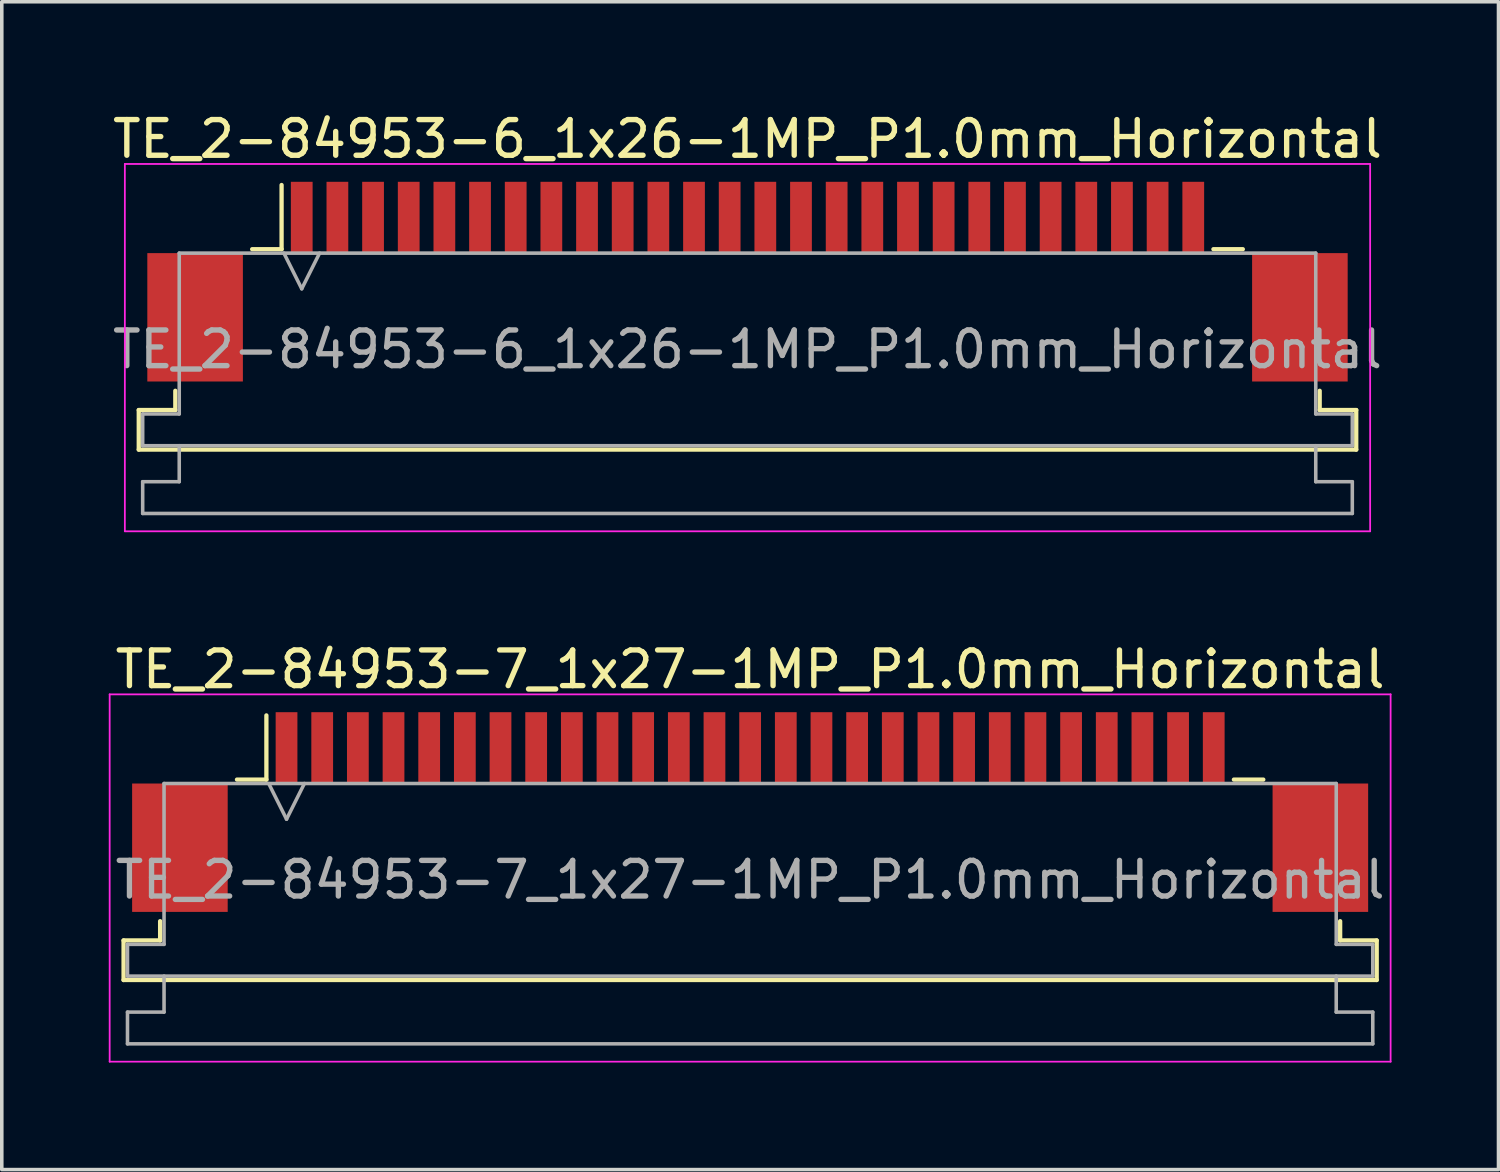
<source format=kicad_pcb>
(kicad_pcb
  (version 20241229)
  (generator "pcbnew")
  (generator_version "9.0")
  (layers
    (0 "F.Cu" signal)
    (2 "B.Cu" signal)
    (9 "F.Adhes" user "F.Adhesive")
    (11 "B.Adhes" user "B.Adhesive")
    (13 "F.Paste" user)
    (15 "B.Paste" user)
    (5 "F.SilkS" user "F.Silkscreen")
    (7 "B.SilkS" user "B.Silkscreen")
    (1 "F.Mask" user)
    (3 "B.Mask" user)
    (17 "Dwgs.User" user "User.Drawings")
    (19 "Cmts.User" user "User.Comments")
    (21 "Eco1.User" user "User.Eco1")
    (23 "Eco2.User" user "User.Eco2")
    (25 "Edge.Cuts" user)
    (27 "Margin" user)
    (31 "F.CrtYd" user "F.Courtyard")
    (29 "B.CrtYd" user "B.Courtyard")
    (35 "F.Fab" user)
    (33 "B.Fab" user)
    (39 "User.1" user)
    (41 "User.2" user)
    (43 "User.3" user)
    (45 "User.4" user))
  (footprint "TE_2-84953-7_1x27-1MP_P1.0mm_Horizontal"
    (layer "F.Cu")
    (at 17.985 19.721)
    (property "Reference" "TE_2-84953-7_1x27-1MP_P1.0mm_Horizontal" (at 0 -4 0) (layer "F.SilkS") (effects (font (size 1 1) (thickness 0.15))))
    (attr smd)
    (fp_line (start -17.57 3.6) (end -16.545 3.6) (stroke (width 0.12) (type solid)) (layer "F.SilkS"))
    (fp_line (start -17.57 4.71) (end -17.57 3.6) (stroke (width 0.12) (type solid)) (layer "F.SilkS"))
    (fp_line (start -16.545 3.6) (end -16.545 3.06) (stroke (width 0.12) (type solid)) (layer "F.SilkS"))
    (fp_line (start -14.39 -0.91) (end -13.565 -0.91) (stroke (width 0.12) (type solid)) (layer "F.SilkS"))
    (fp_line (start -13.565 -0.91) (end -13.565 -2.71) (stroke (width 0.12) (type solid)) (layer "F.SilkS"))
    (fp_line (start 13.565 -0.91) (end 14.39 -0.91) (stroke (width 0.12) (type solid)) (layer "F.SilkS"))
    (fp_line (start 16.545 3.06) (end 16.545 3.6) (stroke (width 0.12) (type solid)) (layer "F.SilkS"))
    (fp_line (start 16.545 3.6) (end 17.57 3.6) (stroke (width 0.12) (type solid)) (layer "F.SilkS"))
    (fp_line (start 17.57 3.6) (end 17.57 4.71) (stroke (width 0.12) (type solid)) (layer "F.SilkS"))
    (fp_line (start 17.57 4.71) (end -17.57 4.71) (stroke (width 0.12) (type solid)) (layer "F.SilkS"))
    (fp_line (start -17.96 -3.3) (end -17.96 7) (stroke (width 0.05) (type solid)) (layer "F.CrtYd"))
    (fp_line (start -17.96 7) (end 17.96 7) (stroke (width 0.05) (type solid)) (layer "F.CrtYd"))
    (fp_line (start 17.96 -3.3) (end -17.96 -3.3) (stroke (width 0.05) (type solid)) (layer "F.CrtYd"))
    (fp_line (start 17.96 7) (end 17.96 -3.3) (stroke (width 0.05) (type solid)) (layer "F.CrtYd"))
    (fp_line (start -17.46 3.71) (end -16.435 3.71) (stroke (width 0.1) (type solid)) (layer "F.Fab"))
    (fp_line (start -17.46 4.6) (end -17.46 3.71) (stroke (width 0.1) (type solid)) (layer "F.Fab"))
    (fp_line (start -17.46 5.61) (end -16.435 5.61) (stroke (width 0.1) (type solid)) (layer "F.Fab"))
    (fp_line (start -17.46 6.5) (end -17.46 5.61) (stroke (width 0.1) (type solid)) (layer "F.Fab"))
    (fp_line (start -16.435 -0.8) (end 16.435 -0.8) (stroke (width 0.1) (type solid)) (layer "F.Fab"))
    (fp_line (start -16.435 3.71) (end -16.435 -0.8) (stroke (width 0.1) (type solid)) (layer "F.Fab"))
    (fp_line (start -16.435 5.61) (end -16.435 4.6) (stroke (width 0.1) (type solid)) (layer "F.Fab"))
    (fp_line (start -13.5 -0.8) (end -13 0.2) (stroke (width 0.1) (type solid)) (layer "F.Fab"))
    (fp_line (start -13 0.2) (end -12.5 -0.8) (stroke (width 0.1) (type solid)) (layer "F.Fab"))
    (fp_line (start 16.435 -0.8) (end 16.435 3.71) (stroke (width 0.1) (type solid)) (layer "F.Fab"))
    (fp_line (start 16.435 3.71) (end 17.46 3.71) (stroke (width 0.1) (type solid)) (layer "F.Fab"))
    (fp_line (start 16.435 4.6) (end 16.435 5.61) (stroke (width 0.1) (type solid)) (layer "F.Fab"))
    (fp_line (start 16.435 5.61) (end 17.46 5.61) (stroke (width 0.1) (type solid)) (layer "F.Fab"))
    (fp_line (start 17.46 3.71) (end 17.46 4.6) (stroke (width 0.1) (type solid)) (layer "F.Fab"))
    (fp_line (start 17.46 4.6) (end -17.46 4.6) (stroke (width 0.1) (type solid)) (layer "F.Fab"))
    (fp_line (start 17.46 5.61) (end 17.46 6.5) (stroke (width 0.1) (type solid)) (layer "F.Fab"))
    (fp_line (start 17.46 6.5) (end -17.46 6.5) (stroke (width 0.1) (type solid)) (layer "F.Fab"))
    (fp_text user "${REFERENCE}" (at 0 1.9 0) (layer "F.Fab") (effects (font (size 1 1) (thickness 0.15))))
    (pad "1" smd rect (at -13 -1.8) (size 0.61 2) (layers "F.Cu" "F.Mask" "F.Paste"))
    (pad "2" smd rect (at -12 -1.8) (size 0.61 2) (layers "F.Cu" "F.Mask" "F.Paste"))
    (pad "3" smd rect (at -11 -1.8) (size 0.61 2) (layers "F.Cu" "F.Mask" "F.Paste"))
    (pad "4" smd rect (at -10 -1.8) (size 0.61 2) (layers "F.Cu" "F.Mask" "F.Paste"))
    (pad "5" smd rect (at -9 -1.8) (size 0.61 2) (layers "F.Cu" "F.Mask" "F.Paste"))
    (pad "6" smd rect (at -8 -1.8) (size 0.61 2) (layers "F.Cu" "F.Mask" "F.Paste"))
    (pad "7" smd rect (at -7 -1.8) (size 0.61 2) (layers "F.Cu" "F.Mask" "F.Paste"))
    (pad "8" smd rect (at -6 -1.8) (size 0.61 2) (layers "F.Cu" "F.Mask" "F.Paste"))
    (pad "9" smd rect (at -5 -1.8) (size 0.61 2) (layers "F.Cu" "F.Mask" "F.Paste"))
    (pad "10" smd rect (at -4 -1.8) (size 0.61 2) (layers "F.Cu" "F.Mask" "F.Paste"))
    (pad "11" smd rect (at -3 -1.8) (size 0.61 2) (layers "F.Cu" "F.Mask" "F.Paste"))
    (pad "12" smd rect (at -2 -1.8) (size 0.61 2) (layers "F.Cu" "F.Mask" "F.Paste"))
    (pad "13" smd rect (at -1 -1.8) (size 0.61 2) (layers "F.Cu" "F.Mask" "F.Paste"))
    (pad "14" smd rect (at 0 -1.8) (size 0.61 2) (layers "F.Cu" "F.Mask" "F.Paste"))
    (pad "15" smd rect (at 1 -1.8) (size 0.61 2) (layers "F.Cu" "F.Mask" "F.Paste"))
    (pad "16" smd rect (at 2 -1.8) (size 0.61 2) (layers "F.Cu" "F.Mask" "F.Paste"))
    (pad "17" smd rect (at 3 -1.8) (size 0.61 2) (layers "F.Cu" "F.Mask" "F.Paste"))
    (pad "18" smd rect (at 4 -1.8) (size 0.61 2) (layers "F.Cu" "F.Mask" "F.Paste"))
    (pad "19" smd rect (at 5 -1.8) (size 0.61 2) (layers "F.Cu" "F.Mask" "F.Paste"))
    (pad "20" smd rect (at 6 -1.8) (size 0.61 2) (layers "F.Cu" "F.Mask" "F.Paste"))
    (pad "21" smd rect (at 7 -1.8) (size 0.61 2) (layers "F.Cu" "F.Mask" "F.Paste"))
    (pad "22" smd rect (at 8 -1.8) (size 0.61 2) (layers "F.Cu" "F.Mask" "F.Paste"))
    (pad "23" smd rect (at 9 -1.8) (size 0.61 2) (layers "F.Cu" "F.Mask" "F.Paste"))
    (pad "24" smd rect (at 10 -1.8) (size 0.61 2) (layers "F.Cu" "F.Mask" "F.Paste"))
    (pad "25" smd rect (at 11 -1.8) (size 0.61 2) (layers "F.Cu" "F.Mask" "F.Paste"))
    (pad "26" smd rect (at 12 -1.8) (size 0.61 2) (layers "F.Cu" "F.Mask" "F.Paste"))
    (pad "27" smd rect (at 13 -1.8) (size 0.61 2) (layers "F.Cu" "F.Mask" "F.Paste"))
    (pad "MP" smd rect (at -15.99 1) (size 2.68 3.6) (layers "F.Cu" "F.Mask" "F.Paste"))
    (pad "MP" smd rect (at 15.99 1) (size 2.68 3.6) (layers "F.Cu" "F.Mask" "F.Paste")))
  (footprint "TE_2-84953-6_1x26-1MP_P1.0mm_Horizontal"
    (layer "F.Cu")
    (at 17.911 4.848)
    (property "Reference" "TE_2-84953-6_1x26-1MP_P1.0mm_Horizontal" (at 0 -4 0) (layer "F.SilkS") (effects (font (size 1 1) (thickness 0.15))))
    (attr smd)
    (fp_line (start -17.07 3.6) (end -16.045 3.6) (stroke (width 0.12) (type solid)) (layer "F.SilkS"))
    (fp_line (start -17.07 4.71) (end -17.07 3.6) (stroke (width 0.12) (type solid)) (layer "F.SilkS"))
    (fp_line (start -16.045 3.6) (end -16.045 3.06) (stroke (width 0.12) (type solid)) (layer "F.SilkS"))
    (fp_line (start -13.89 -0.91) (end -13.065 -0.91) (stroke (width 0.12) (type solid)) (layer "F.SilkS"))
    (fp_line (start -13.065 -0.91) (end -13.065 -2.71) (stroke (width 0.12) (type solid)) (layer "F.SilkS"))
    (fp_line (start 13.065 -0.91) (end 13.89 -0.91) (stroke (width 0.12) (type solid)) (layer "F.SilkS"))
    (fp_line (start 16.045 3.06) (end 16.045 3.6) (stroke (width 0.12) (type solid)) (layer "F.SilkS"))
    (fp_line (start 16.045 3.6) (end 17.07 3.6) (stroke (width 0.12) (type solid)) (layer "F.SilkS"))
    (fp_line (start 17.07 3.6) (end 17.07 4.71) (stroke (width 0.12) (type solid)) (layer "F.SilkS"))
    (fp_line (start 17.07 4.71) (end -17.07 4.71) (stroke (width 0.12) (type solid)) (layer "F.SilkS"))
    (fp_line (start -17.46 -3.3) (end -17.46 7) (stroke (width 0.05) (type solid)) (layer "F.CrtYd"))
    (fp_line (start -17.46 7) (end 17.46 7) (stroke (width 0.05) (type solid)) (layer "F.CrtYd"))
    (fp_line (start 17.46 -3.3) (end -17.46 -3.3) (stroke (width 0.05) (type solid)) (layer "F.CrtYd"))
    (fp_line (start 17.46 7) (end 17.46 -3.3) (stroke (width 0.05) (type solid)) (layer "F.CrtYd"))
    (fp_line (start -16.96 3.71) (end -15.935 3.71) (stroke (width 0.1) (type solid)) (layer "F.Fab"))
    (fp_line (start -16.96 4.6) (end -16.96 3.71) (stroke (width 0.1) (type solid)) (layer "F.Fab"))
    (fp_line (start -16.96 5.61) (end -15.935 5.61) (stroke (width 0.1) (type solid)) (layer "F.Fab"))
    (fp_line (start -16.96 6.5) (end -16.96 5.61) (stroke (width 0.1) (type solid)) (layer "F.Fab"))
    (fp_line (start -15.935 -0.8) (end 15.935 -0.8) (stroke (width 0.1) (type solid)) (layer "F.Fab"))
    (fp_line (start -15.935 3.71) (end -15.935 -0.8) (stroke (width 0.1) (type solid)) (layer "F.Fab"))
    (fp_line (start -15.935 5.61) (end -15.935 4.6) (stroke (width 0.1) (type solid)) (layer "F.Fab"))
    (fp_line (start -13 -0.8) (end -12.5 0.2) (stroke (width 0.1) (type solid)) (layer "F.Fab"))
    (fp_line (start -12.5 0.2) (end -12 -0.8) (stroke (width 0.1) (type solid)) (layer "F.Fab"))
    (fp_line (start 15.935 -0.8) (end 15.935 3.71) (stroke (width 0.1) (type solid)) (layer "F.Fab"))
    (fp_line (start 15.935 3.71) (end 16.96 3.71) (stroke (width 0.1) (type solid)) (layer "F.Fab"))
    (fp_line (start 15.935 4.6) (end 15.935 5.61) (stroke (width 0.1) (type solid)) (layer "F.Fab"))
    (fp_line (start 15.935 5.61) (end 16.96 5.61) (stroke (width 0.1) (type solid)) (layer "F.Fab"))
    (fp_line (start 16.96 3.71) (end 16.96 4.6) (stroke (width 0.1) (type solid)) (layer "F.Fab"))
    (fp_line (start 16.96 4.6) (end -16.96 4.6) (stroke (width 0.1) (type solid)) (layer "F.Fab"))
    (fp_line (start 16.96 5.61) (end 16.96 6.5) (stroke (width 0.1) (type solid)) (layer "F.Fab"))
    (fp_line (start 16.96 6.5) (end -16.96 6.5) (stroke (width 0.1) (type solid)) (layer "F.Fab"))
    (fp_text user "${REFERENCE}" (at 0 1.9 0) (layer "F.Fab") (effects (font (size 1 1) (thickness 0.15))))
    (pad "1" smd rect (at -12.5 -1.8) (size 0.61 2) (layers "F.Cu" "F.Mask" "F.Paste"))
    (pad "2" smd rect (at -11.5 -1.8) (size 0.61 2) (layers "F.Cu" "F.Mask" "F.Paste"))
    (pad "3" smd rect (at -10.5 -1.8) (size 0.61 2) (layers "F.Cu" "F.Mask" "F.Paste"))
    (pad "4" smd rect (at -9.5 -1.8) (size 0.61 2) (layers "F.Cu" "F.Mask" "F.Paste"))
    (pad "5" smd rect (at -8.5 -1.8) (size 0.61 2) (layers "F.Cu" "F.Mask" "F.Paste"))
    (pad "6" smd rect (at -7.5 -1.8) (size 0.61 2) (layers "F.Cu" "F.Mask" "F.Paste"))
    (pad "7" smd rect (at -6.5 -1.8) (size 0.61 2) (layers "F.Cu" "F.Mask" "F.Paste"))
    (pad "8" smd rect (at -5.5 -1.8) (size 0.61 2) (layers "F.Cu" "F.Mask" "F.Paste"))
    (pad "9" smd rect (at -4.5 -1.8) (size 0.61 2) (layers "F.Cu" "F.Mask" "F.Paste"))
    (pad "10" smd rect (at -3.5 -1.8) (size 0.61 2) (layers "F.Cu" "F.Mask" "F.Paste"))
    (pad "11" smd rect (at -2.5 -1.8) (size 0.61 2) (layers "F.Cu" "F.Mask" "F.Paste"))
    (pad "12" smd rect (at -1.5 -1.8) (size 0.61 2) (layers "F.Cu" "F.Mask" "F.Paste"))
    (pad "13" smd rect (at -0.5 -1.8) (size 0.61 2) (layers "F.Cu" "F.Mask" "F.Paste"))
    (pad "14" smd rect (at 0.5 -1.8) (size 0.61 2) (layers "F.Cu" "F.Mask" "F.Paste"))
    (pad "15" smd rect (at 1.5 -1.8) (size 0.61 2) (layers "F.Cu" "F.Mask" "F.Paste"))
    (pad "16" smd rect (at 2.5 -1.8) (size 0.61 2) (layers "F.Cu" "F.Mask" "F.Paste"))
    (pad "17" smd rect (at 3.5 -1.8) (size 0.61 2) (layers "F.Cu" "F.Mask" "F.Paste"))
    (pad "18" smd rect (at 4.5 -1.8) (size 0.61 2) (layers "F.Cu" "F.Mask" "F.Paste"))
    (pad "19" smd rect (at 5.5 -1.8) (size 0.61 2) (layers "F.Cu" "F.Mask" "F.Paste"))
    (pad "20" smd rect (at 6.5 -1.8) (size 0.61 2) (layers "F.Cu" "F.Mask" "F.Paste"))
    (pad "21" smd rect (at 7.5 -1.8) (size 0.61 2) (layers "F.Cu" "F.Mask" "F.Paste"))
    (pad "22" smd rect (at 8.5 -1.8) (size 0.61 2) (layers "F.Cu" "F.Mask" "F.Paste"))
    (pad "23" smd rect (at 9.5 -1.8) (size 0.61 2) (layers "F.Cu" "F.Mask" "F.Paste"))
    (pad "24" smd rect (at 10.5 -1.8) (size 0.61 2) (layers "F.Cu" "F.Mask" "F.Paste"))
    (pad "25" smd rect (at 11.5 -1.8) (size 0.61 2) (layers "F.Cu" "F.Mask" "F.Paste"))
    (pad "26" smd rect (at 12.5 -1.8) (size 0.61 2) (layers "F.Cu" "F.Mask" "F.Paste"))
    (pad "MP" smd rect (at -15.49 1) (size 2.68 3.6) (layers "F.Cu" "F.Mask" "F.Paste"))
    (pad "MP" smd rect (at 15.49 1) (size 2.68 3.6) (layers "F.Cu" "F.Mask" "F.Paste")))
  (gr_rect
    (start -3 -3)
    (end 38.97 29.747)
    (stroke (width 0.1) (type default))
    (fill no)
    (layer "Edge.Cuts")))
</source>
